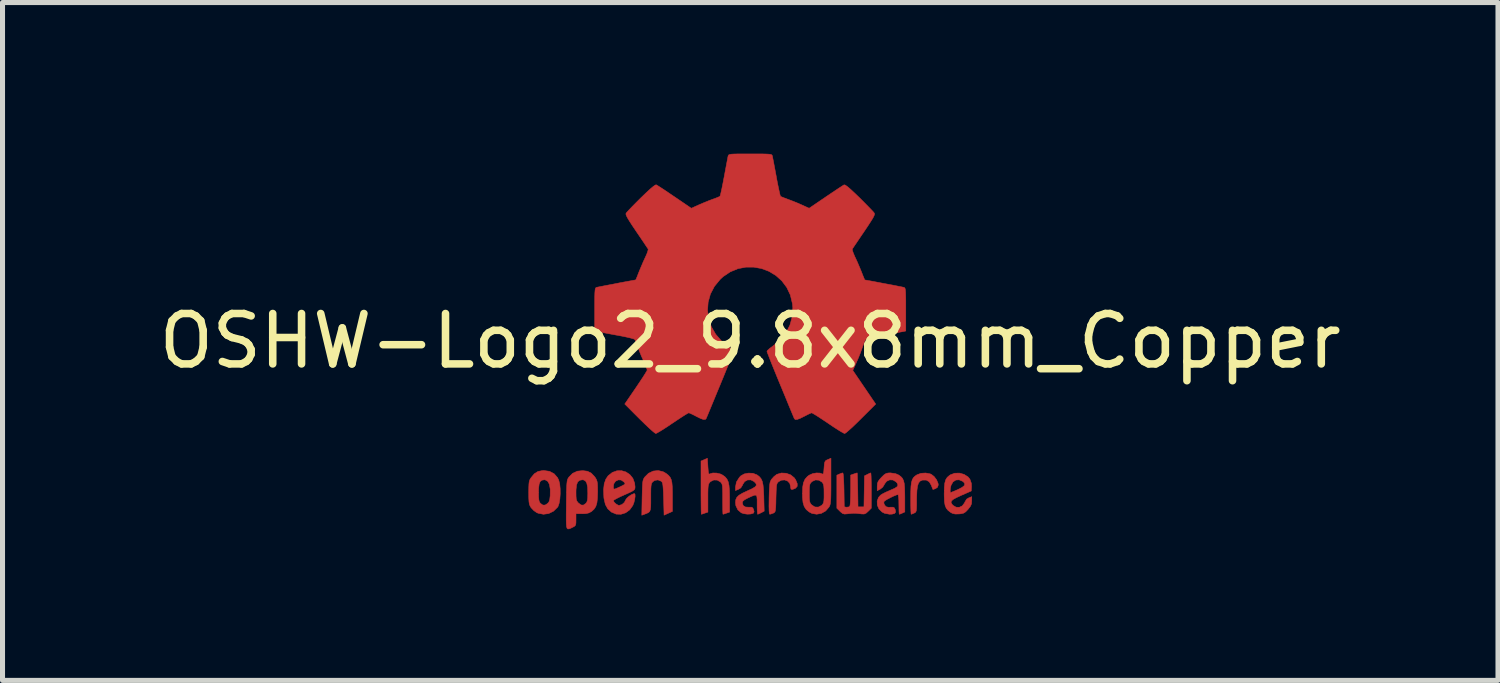
<source format=kicad_pcb>
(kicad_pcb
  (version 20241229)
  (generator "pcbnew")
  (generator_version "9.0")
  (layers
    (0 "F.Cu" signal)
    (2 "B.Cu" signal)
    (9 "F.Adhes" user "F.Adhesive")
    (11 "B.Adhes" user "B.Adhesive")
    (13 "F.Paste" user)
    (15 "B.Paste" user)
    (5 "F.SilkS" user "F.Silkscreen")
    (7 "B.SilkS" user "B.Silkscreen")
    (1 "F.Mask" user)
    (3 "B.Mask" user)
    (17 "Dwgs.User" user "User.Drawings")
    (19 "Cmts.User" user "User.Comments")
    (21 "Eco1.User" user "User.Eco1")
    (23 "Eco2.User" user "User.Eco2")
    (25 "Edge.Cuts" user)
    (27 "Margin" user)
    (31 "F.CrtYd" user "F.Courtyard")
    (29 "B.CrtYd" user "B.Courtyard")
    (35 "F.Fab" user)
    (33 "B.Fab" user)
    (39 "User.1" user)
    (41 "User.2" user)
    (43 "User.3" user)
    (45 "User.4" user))
  (footprint "OSHW-Logo2_9.8x8mm_Copper"
    (layer "F.Cu")
    (at 11.839 3.717)
    (property "Reference" "OSHW-Logo2_9.8x8mm_Copper" (at 0 0 180) (layer "F.SilkS") (effects (font (size 1 1) (thickness 0.15))))
    (attr exclude_from_pos_files exclude_from_bom)
    (fp_poly (pts (xy 3.571 2.637) (xy 3.594 2.647) (xy 3.65 2.691) (xy 3.698 2.755) (xy 3.727 2.823) (xy 3.732 2.857) (xy 3.716 2.904) (xy 3.68 2.928) (xy 3.643 2.943) (xy 3.625 2.946) (xy 3.617 2.926) (xy 3.6 2.882) (xy 3.593 2.863) (xy 3.552 2.794) (xy 3.493 2.76) (xy 3.417 2.761) (xy 3.411 2.763) (xy 3.37 2.782) (xy 3.34 2.819) (xy 3.32 2.88) (xy 3.308 2.968) (xy 3.303 3.088) (xy 3.302 3.152) (xy 3.302 3.252) (xy 3.3 3.321) (xy 3.296 3.365) (xy 3.287 3.39) (xy 3.274 3.405) (xy 3.253 3.416) (xy 3.252 3.416) (xy 3.213 3.433) (xy 3.194 3.439) (xy 3.191 3.42) (xy 3.188 3.369) (xy 3.186 3.292) (xy 3.185 3.196) (xy 3.185 3.125) (xy 3.186 2.989) (xy 3.19 2.885) (xy 3.2 2.808) (xy 3.216 2.752) (xy 3.24 2.711) (xy 3.274 2.679) (xy 3.308 2.656) (xy 3.388 2.626) (xy 3.482 2.62) (xy 3.571 2.637)) (stroke (width 0.01) (type solid)) (fill yes) (layer "F.Cu"))
    (fp_poly (pts (xy -1.728 2.595) (xy -1.666 2.631) (xy -1.622 2.667) (xy -1.59 2.705) (xy -1.568 2.751) (xy -1.554 2.812) (xy -1.547 2.895) (xy -1.544 3.007) (xy -1.544 3.087) (xy -1.544 3.382) (xy -1.71 3.457) (xy -1.719 3.133) (xy -1.723 3.013) (xy -1.728 2.925) (xy -1.733 2.865) (xy -1.74 2.825) (xy -1.75 2.801) (xy -1.763 2.786) (xy -1.767 2.783) (xy -1.831 2.757) (xy -1.896 2.767) (xy -1.934 2.794) (xy -1.95 2.813) (xy -1.961 2.838) (xy -1.968 2.876) (xy -1.972 2.934) (xy -1.973 3.018) (xy -1.973 3.106) (xy -1.973 3.216) (xy -1.975 3.294) (xy -1.982 3.347) (xy -1.995 3.381) (xy -2.018 3.404) (xy -2.053 3.421) (xy -2.1 3.439) (xy -2.152 3.458) (xy -2.146 3.111) (xy -2.143 2.986) (xy -2.14 2.894) (xy -2.136 2.828) (xy -2.13 2.781) (xy -2.121 2.748) (xy -2.108 2.722) (xy -2.092 2.699) (xy -2.018 2.625) (xy -1.926 2.582) (xy -1.827 2.571) (xy -1.728 2.595)) (stroke (width 0.01) (type solid)) (fill yes) (layer "F.Cu"))
    (fp_poly (pts (xy 0.713 2.625) (xy 0.802 2.657) (xy 0.874 2.715) (xy 0.902 2.756) (xy 0.933 2.831) (xy 0.932 2.885) (xy 0.9 2.921) (xy 0.888 2.928) (xy 0.837 2.947) (xy 0.81 2.942) (xy 0.802 2.91) (xy 0.801 2.892) (xy 0.785 2.826) (xy 0.742 2.78) (xy 0.683 2.758) (xy 0.617 2.763) (xy 0.564 2.792) (xy 0.546 2.809) (xy 0.533 2.829) (xy 0.524 2.859) (xy 0.519 2.907) (xy 0.515 2.978) (xy 0.512 3.08) (xy 0.511 3.112) (xy 0.509 3.222) (xy 0.506 3.3) (xy 0.501 3.351) (xy 0.494 3.383) (xy 0.483 3.401) (xy 0.467 3.412) (xy 0.457 3.417) (xy 0.413 3.433) (xy 0.388 3.439) (xy 0.379 3.421) (xy 0.374 3.365) (xy 0.372 3.272) (xy 0.374 3.141) (xy 0.374 3.121) (xy 0.377 3.002) (xy 0.381 2.914) (xy 0.386 2.853) (xy 0.393 2.809) (xy 0.404 2.778) (xy 0.419 2.751) (xy 0.427 2.74) (xy 0.472 2.69) (xy 0.522 2.651) (xy 0.528 2.647) (xy 0.618 2.62) (xy 0.713 2.625)) (stroke (width 0.01) (type solid)) (fill yes) (layer "F.Cu"))
    (fp_poly (pts (xy -0.84 2.492) (xy -0.834 2.572) (xy -0.828 2.619) (xy -0.819 2.64) (xy -0.805 2.64) (xy -0.801 2.637) (xy -0.744 2.62) (xy -0.669 2.621) (xy -0.593 2.639) (xy -0.545 2.663) (xy -0.496 2.7) (xy -0.461 2.743) (xy -0.436 2.797) (xy -0.421 2.869) (xy -0.413 2.966) (xy -0.41 3.095) (xy -0.41 3.119) (xy -0.41 3.396) (xy -0.472 3.417) (xy -0.516 3.432) (xy -0.54 3.439) (xy -0.54 3.439) (xy -0.543 3.42) (xy -0.545 3.37) (xy -0.546 3.293) (xy -0.547 3.197) (xy -0.547 3.139) (xy -0.547 3.025) (xy -0.549 2.943) (xy -0.552 2.886) (xy -0.558 2.849) (xy -0.568 2.825) (xy -0.583 2.806) (xy -0.592 2.797) (xy -0.655 2.761) (xy -0.724 2.759) (xy -0.786 2.789) (xy -0.798 2.8) (xy -0.815 2.821) (xy -0.826 2.845) (xy -0.834 2.881) (xy -0.838 2.934) (xy -0.84 3.012) (xy -0.84 3.121) (xy -0.84 3.396) (xy -0.902 3.417) (xy -0.945 3.432) (xy -0.969 3.439) (xy -0.97 3.439) (xy -0.972 3.42) (xy -0.974 3.367) (xy -0.975 3.286) (xy -0.976 3.18) (xy -0.977 3.055) (xy -0.977 2.916) (xy -0.977 2.382) (xy -0.85 2.328) (xy -0.84 2.492)) (stroke (width 0.01) (type solid)) (fill yes) (layer "F.Cu"))
    (fp_poly (pts (xy 2.396 2.637) (xy 2.399 2.688) (xy 2.401 2.766) (xy 2.403 2.865) (xy 2.403 2.968) (xy 2.403 3.319) (xy 2.341 3.38) (xy 2.299 3.418) (xy 2.261 3.434) (xy 2.21 3.433) (xy 2.19 3.43) (xy 2.127 3.423) (xy 2.074 3.419) (xy 2.061 3.419) (xy 2.018 3.421) (xy 1.957 3.427) (xy 1.933 3.43) (xy 1.874 3.435) (xy 1.834 3.425) (xy 1.795 3.394) (xy 1.781 3.38) (xy 1.719 3.319) (xy 1.719 2.664) (xy 1.769 2.641) (xy 1.812 2.624) (xy 1.837 2.618) (xy 1.844 2.637) (xy 1.85 2.689) (xy 1.855 2.768) (xy 1.859 2.87) (xy 1.861 2.955) (xy 1.866 3.292) (xy 1.913 3.299) (xy 1.955 3.294) (xy 1.976 3.279) (xy 1.982 3.251) (xy 1.987 3.192) (xy 1.99 3.108) (xy 1.992 3.009) (xy 1.993 2.957) (xy 1.993 2.661) (xy 2.054 2.64) (xy 2.098 2.625) (xy 2.122 2.618) (xy 2.122 2.618) (xy 2.125 2.637) (xy 2.127 2.688) (xy 2.13 2.766) (xy 2.132 2.864) (xy 2.134 2.955) (xy 2.139 3.292) (xy 2.257 3.292) (xy 2.262 2.985) (xy 2.267 2.677) (xy 2.325 2.648) (xy 2.367 2.627) (xy 2.392 2.618) (xy 2.392 2.618) (xy 2.396 2.637)) (stroke (width 0.01) (type solid)) (fill yes) (layer "F.Cu"))
    (fp_poly (pts (xy -3.983 2.587) (xy -3.892 2.635) (xy -3.824 2.713) (xy -3.8 2.763) (xy -3.781 2.838) (xy -3.772 2.932) (xy -3.771 3.035) (xy -3.778 3.136) (xy -3.793 3.223) (xy -3.815 3.286) (xy -3.822 3.297) (xy -3.903 3.377) (xy -4 3.425) (xy -4.104 3.439) (xy -4.21 3.418) (xy -4.239 3.405) (xy -4.297 3.364) (xy -4.347 3.311) (xy -4.352 3.304) (xy -4.371 3.271) (xy -4.384 3.236) (xy -4.391 3.19) (xy -4.395 3.125) (xy -4.396 3.03) (xy -4.396 3.009) (xy -4.396 3.002) (xy -4.201 3.002) (xy -4.2 3.091) (xy -4.195 3.151) (xy -4.186 3.189) (xy -4.17 3.215) (xy -4.162 3.224) (xy -4.115 3.257) (xy -4.07 3.256) (xy -4.024 3.227) (xy -3.996 3.196) (xy -3.98 3.151) (xy -3.971 3.079) (xy -3.97 3.071) (xy -3.969 2.942) (xy -3.985 2.846) (xy -4.019 2.784) (xy -4.07 2.756) (xy -4.088 2.755) (xy -4.136 2.763) (xy -4.169 2.789) (xy -4.189 2.839) (xy -4.199 2.919) (xy -4.201 3.002) (xy -4.396 3.002) (xy -4.395 2.908) (xy -4.392 2.838) (xy -4.386 2.789) (xy -4.374 2.753) (xy -4.356 2.722) (xy -4.352 2.716) (xy -4.286 2.636) (xy -4.213 2.59) (xy -4.125 2.572) (xy -4.095 2.571) (xy -3.983 2.587)) (stroke (width 0.01) (type solid)) (fill yes) (layer "F.Cu"))
    (fp_poly (pts (xy 4.245 2.648) (xy 4.323 2.698) (xy 4.36 2.744) (xy 4.389 2.826) (xy 4.392 2.891) (xy 4.386 2.977) (xy 4.186 3.065) (xy 4.089 3.11) (xy 4.025 3.146) (xy 3.992 3.177) (xy 3.986 3.207) (xy 4.005 3.241) (xy 4.025 3.263) (xy 4.084 3.298) (xy 4.148 3.301) (xy 4.207 3.273) (xy 4.25 3.218) (xy 4.258 3.199) (xy 4.295 3.138) (xy 4.338 3.113) (xy 4.396 3.09) (xy 4.396 3.174) (xy 4.391 3.231) (xy 4.371 3.279) (xy 4.328 3.334) (xy 4.322 3.342) (xy 4.275 3.391) (xy 4.234 3.417) (xy 4.183 3.429) (xy 4.141 3.433) (xy 4.066 3.434) (xy 4.012 3.421) (xy 3.979 3.403) (xy 3.926 3.362) (xy 3.89 3.318) (xy 3.867 3.262) (xy 3.854 3.187) (xy 3.85 3.084) (xy 3.849 3.032) (xy 3.851 2.97) (xy 3.968 2.97) (xy 3.97 3.003) (xy 3.973 3.009) (xy 3.996 3.001) (xy 4.044 2.982) (xy 4.109 2.954) (xy 4.122 2.948) (xy 4.204 2.906) (xy 4.249 2.87) (xy 4.259 2.835) (xy 4.236 2.801) (xy 4.216 2.785) (xy 4.145 2.755) (xy 4.079 2.76) (xy 4.024 2.797) (xy 3.986 2.863) (xy 3.973 2.916) (xy 3.968 2.97) (xy 3.851 2.97) (xy 3.852 2.911) (xy 3.861 2.821) (xy 3.879 2.755) (xy 3.909 2.707) (xy 3.953 2.669) (xy 3.972 2.656) (xy 4.059 2.624) (xy 4.154 2.622) (xy 4.245 2.648)) (stroke (width 0.01) (type solid)) (fill yes) (layer "F.Cu"))
    (fp_poly (pts (xy 1.602 2.78) (xy 1.602 2.926) (xy 1.601 3.039) (xy 1.599 3.123) (xy 1.595 3.184) (xy 1.59 3.227) (xy 1.582 3.259) (xy 1.571 3.283) (xy 1.563 3.297) (xy 1.497 3.373) (xy 1.412 3.421) (xy 1.319 3.438) (xy 1.226 3.423) (xy 1.17 3.394) (xy 1.112 3.346) (xy 1.072 3.286) (xy 1.048 3.209) (xy 1.037 3.105) (xy 1.036 3.028) (xy 1.036 3.023) (xy 1.172 3.023) (xy 1.173 3.11) (xy 1.177 3.168) (xy 1.186 3.206) (xy 1.201 3.233) (xy 1.22 3.254) (xy 1.283 3.294) (xy 1.351 3.297) (xy 1.415 3.264) (xy 1.42 3.26) (xy 1.441 3.236) (xy 1.455 3.208) (xy 1.462 3.167) (xy 1.465 3.102) (xy 1.465 3.031) (xy 1.464 2.942) (xy 1.46 2.882) (xy 1.451 2.843) (xy 1.436 2.815) (xy 1.423 2.8) (xy 1.364 2.763) (xy 1.295 2.758) (xy 1.23 2.787) (xy 1.218 2.797) (xy 1.196 2.821) (xy 1.183 2.849) (xy 1.176 2.891) (xy 1.173 2.956) (xy 1.172 3.023) (xy 1.036 3.023) (xy 1.04 2.906) (xy 1.056 2.814) (xy 1.087 2.744) (xy 1.134 2.69) (xy 1.17 2.663) (xy 1.237 2.633) (xy 1.314 2.619) (xy 1.386 2.622) (xy 1.426 2.637) (xy 1.442 2.642) (xy 1.453 2.626) (xy 1.46 2.583) (xy 1.465 2.518) (xy 1.471 2.446) (xy 1.48 2.402) (xy 1.495 2.377) (xy 1.522 2.361) (xy 1.539 2.354) (xy 1.602 2.327) (xy 1.602 2.78)) (stroke (width 0.01) (type solid)) (fill yes) (layer "F.Cu"))
    (fp_poly (pts (xy -2.466 2.6) (xy -2.389 2.652) (xy -2.329 2.726) (xy -2.294 2.822) (xy -2.286 2.892) (xy -2.287 2.921) (xy -2.294 2.943) (xy -2.313 2.963) (xy -2.35 2.986) (xy -2.41 3.015) (xy -2.5 3.055) (xy -2.501 3.055) (xy -2.584 3.093) (xy -2.652 3.127) (xy -2.698 3.153) (xy -2.716 3.167) (xy -2.716 3.167) (xy -2.701 3.199) (xy -2.665 3.233) (xy -2.624 3.258) (xy -2.603 3.263) (xy -2.546 3.246) (xy -2.497 3.203) (xy -2.474 3.156) (xy -2.451 3.122) (xy -2.406 3.082) (xy -2.353 3.048) (xy -2.306 3.029) (xy -2.297 3.028) (xy -2.286 3.045) (xy -2.285 3.088) (xy -2.293 3.146) (xy -2.308 3.207) (xy -2.329 3.261) (xy -2.33 3.264) (xy -2.392 3.351) (xy -2.473 3.41) (xy -2.565 3.439) (xy -2.66 3.436) (xy -2.752 3.397) (xy -2.756 3.395) (xy -2.828 3.33) (xy -2.875 3.245) (xy -2.901 3.133) (xy -2.905 3.102) (xy -2.911 2.954) (xy -2.903 2.884) (xy -2.716 2.884) (xy -2.713 2.928) (xy -2.7 2.94) (xy -2.667 2.931) (xy -2.615 2.908) (xy -2.556 2.881) (xy -2.555 2.88) (xy -2.505 2.854) (xy -2.485 2.836) (xy -2.49 2.818) (xy -2.511 2.794) (xy -2.563 2.759) (xy -2.62 2.757) (xy -2.671 2.782) (xy -2.706 2.831) (xy -2.716 2.884) (xy -2.903 2.884) (xy -2.898 2.835) (xy -2.865 2.741) (xy -2.82 2.675) (xy -2.737 2.609) (xy -2.646 2.576) (xy -2.554 2.574) (xy -2.466 2.6)) (stroke (width 0.01) (type solid)) (fill yes) (layer "F.Cu"))
    (fp_poly (pts (xy 0.054 2.626) (xy 0.13 2.655) (xy 0.131 2.655) (xy 0.178 2.69) (xy 0.213 2.731) (xy 0.238 2.784) (xy 0.254 2.856) (xy 0.264 2.953) (xy 0.27 3.082) (xy 0.27 3.1) (xy 0.277 3.377) (xy 0.218 3.408) (xy 0.175 3.429) (xy 0.149 3.439) (xy 0.148 3.439) (xy 0.143 3.421) (xy 0.139 3.372) (xy 0.137 3.3) (xy 0.137 3.242) (xy 0.137 3.148) (xy 0.132 3.089) (xy 0.118 3.061) (xy 0.085 3.06) (xy 0.03 3.081) (xy -0.054 3.12) (xy -0.115 3.153) (xy -0.147 3.181) (xy -0.156 3.212) (xy -0.156 3.213) (xy -0.141 3.266) (xy -0.095 3.295) (xy -0.026 3.299) (xy 0.024 3.298) (xy 0.051 3.313) (xy 0.067 3.347) (xy 0.077 3.391) (xy 0.063 3.416) (xy 0.058 3.42) (xy 0.009 3.434) (xy -0.058 3.437) (xy -0.128 3.427) (xy -0.178 3.41) (xy -0.246 3.351) (xy -0.285 3.27) (xy -0.293 3.207) (xy -0.287 3.15) (xy -0.266 3.104) (xy -0.224 3.062) (xy -0.155 3.021) (xy -0.055 2.974) (xy -0.049 2.971) (xy 0.041 2.93) (xy 0.097 2.895) (xy 0.121 2.865) (xy 0.116 2.833) (xy 0.084 2.797) (xy 0.075 2.789) (xy 0.012 2.757) (xy -0.054 2.758) (xy -0.111 2.79) (xy -0.149 2.848) (xy -0.152 2.859) (xy -0.187 2.915) (xy -0.23 2.942) (xy -0.293 2.968) (xy -0.293 2.9) (xy -0.274 2.8) (xy -0.217 2.709) (xy -0.188 2.678) (xy -0.12 2.639) (xy -0.035 2.622) (xy 0.054 2.626)) (stroke (width 0.01) (type solid)) (fill yes) (layer "F.Cu"))
    (fp_poly (pts (xy -3.231 2.585) (xy -3.156 2.622) (xy -3.091 2.69) (xy -3.072 2.716) (xy -3.053 2.749) (xy -3.04 2.785) (xy -3.032 2.833) (xy -3.029 2.903) (xy -3.028 2.994) (xy -3.032 3.12) (xy -3.043 3.214) (xy -3.065 3.285) (xy -3.1 3.338) (xy -3.149 3.383) (xy -3.153 3.385) (xy -3.202 3.412) (xy -3.261 3.426) (xy -3.336 3.429) (xy -3.458 3.429) (xy -3.458 3.547) (xy -3.459 3.613) (xy -3.466 3.652) (xy -3.484 3.675) (xy -3.519 3.695) (xy -3.527 3.699) (xy -3.566 3.718) (xy -3.596 3.729) (xy -3.619 3.73) (xy -3.635 3.717) (xy -3.645 3.685) (xy -3.65 3.63) (xy -3.652 3.549) (xy -3.652 3.437) (xy -3.65 3.292) (xy -3.65 3.248) (xy -3.648 3.098) (xy -3.646 3) (xy -3.458 3) (xy -3.457 3.083) (xy -3.453 3.138) (xy -3.442 3.174) (xy -3.423 3.201) (xy -3.41 3.215) (xy -3.358 3.254) (xy -3.312 3.258) (xy -3.264 3.225) (xy -3.263 3.224) (xy -3.244 3.199) (xy -3.232 3.164) (xy -3.226 3.112) (xy -3.224 3.031) (xy -3.224 3.013) (xy -3.228 2.902) (xy -3.243 2.825) (xy -3.269 2.778) (xy -3.309 2.757) (xy -3.332 2.755) (xy -3.387 2.765) (xy -3.425 2.798) (xy -3.447 2.858) (xy -3.457 2.95) (xy -3.458 3) (xy -3.646 3) (xy -3.646 2.982) (xy -3.643 2.895) (xy -3.639 2.831) (xy -3.634 2.786) (xy -3.627 2.754) (xy -3.617 2.73) (xy -3.604 2.709) (xy -3.598 2.701) (xy -3.525 2.627) (xy -3.432 2.584) (xy -3.325 2.573) (xy -3.231 2.585)) (stroke (width 0.01) (type solid)) (fill yes) (layer "F.Cu"))
    (fp_poly (pts (xy 2.887 2.634) (xy 2.944 2.659) (xy 2.988 2.69) (xy 3.02 2.725) (xy 3.042 2.77) (xy 3.057 2.831) (xy 3.064 2.915) (xy 3.067 3.028) (xy 3.068 3.103) (xy 3.068 3.393) (xy 3.018 3.416) (xy 2.979 3.433) (xy 2.959 3.439) (xy 2.955 3.421) (xy 2.952 3.372) (xy 2.951 3.3) (xy 2.95 3.243) (xy 2.949 3.161) (xy 2.944 3.096) (xy 2.938 3.056) (xy 2.933 3.048) (xy 2.898 3.057) (xy 2.844 3.079) (xy 2.781 3.109) (xy 2.72 3.141) (xy 2.674 3.17) (xy 2.652 3.19) (xy 2.652 3.19) (xy 2.654 3.227) (xy 2.671 3.262) (xy 2.7 3.291) (xy 2.743 3.3) (xy 2.78 3.299) (xy 2.832 3.298) (xy 2.859 3.31) (xy 2.876 3.343) (xy 2.878 3.349) (xy 2.885 3.395) (xy 2.866 3.423) (xy 2.816 3.436) (xy 2.763 3.438) (xy 2.666 3.42) (xy 2.616 3.394) (xy 2.554 3.333) (xy 2.522 3.258) (xy 2.519 3.178) (xy 2.546 3.104) (xy 2.588 3.058) (xy 2.63 3.032) (xy 2.695 2.999) (xy 2.771 2.966) (xy 2.784 2.96) (xy 2.867 2.924) (xy 2.916 2.891) (xy 2.931 2.859) (xy 2.917 2.822) (xy 2.892 2.794) (xy 2.833 2.759) (xy 2.768 2.756) (xy 2.709 2.783) (xy 2.666 2.837) (xy 2.661 2.851) (xy 2.628 2.902) (xy 2.581 2.94) (xy 2.52 2.971) (xy 2.52 2.883) (xy 2.524 2.829) (xy 2.539 2.787) (xy 2.573 2.741) (xy 2.605 2.706) (xy 2.655 2.657) (xy 2.694 2.631) (xy 2.736 2.62) (xy 2.783 2.618) (xy 2.887 2.634)) (stroke (width 0.01) (type solid)) (fill yes) (layer "F.Cu"))
    (fp_poly (pts (xy 0.14 -3.712) (xy 0.246 -3.712) (xy 0.322 -3.71) (xy 0.374 -3.707) (xy 0.407 -3.702) (xy 0.426 -3.695) (xy 0.435 -3.684) (xy 0.439 -3.67) (xy 0.44 -3.668) (xy 0.446 -3.636) (xy 0.459 -3.572) (xy 0.476 -3.483) (xy 0.496 -3.376) (xy 0.518 -3.258) (xy 0.518 -3.254) (xy 0.54 -3.138) (xy 0.561 -3.036) (xy 0.579 -2.953) (xy 0.592 -2.897) (xy 0.601 -2.872) (xy 0.601 -2.871) (xy 0.626 -2.859) (xy 0.676 -2.839) (xy 0.742 -2.814) (xy 0.742 -2.814) (xy 0.825 -2.783) (xy 0.923 -2.744) (xy 1.015 -2.704) (xy 1.019 -2.702) (xy 1.169 -2.634) (xy 1.501 -2.86) (xy 1.603 -2.929) (xy 1.696 -2.991) (xy 1.773 -3.042) (xy 1.83 -3.079) (xy 1.861 -3.098) (xy 1.864 -3.099) (xy 1.887 -3.093) (xy 1.93 -3.063) (xy 1.994 -3.008) (xy 2.081 -2.927) (xy 2.171 -2.84) (xy 2.256 -2.755) (xy 2.333 -2.677) (xy 2.397 -2.611) (xy 2.442 -2.563) (xy 2.464 -2.536) (xy 2.464 -2.535) (xy 2.467 -2.517) (xy 2.458 -2.487) (xy 2.435 -2.441) (xy 2.395 -2.376) (xy 2.338 -2.288) (xy 2.261 -2.173) (xy 2.193 -2.073) (xy 2.132 -1.983) (xy 2.081 -1.908) (xy 2.045 -1.854) (xy 2.027 -1.827) (xy 2.026 -1.825) (xy 2.028 -1.798) (xy 2.045 -1.747) (xy 2.073 -1.68) (xy 2.083 -1.659) (xy 2.127 -1.564) (xy 2.173 -1.456) (xy 2.211 -1.363) (xy 2.238 -1.294) (xy 2.26 -1.241) (xy 2.272 -1.214) (xy 2.274 -1.211) (xy 2.297 -1.208) (xy 2.351 -1.198) (xy 2.429 -1.184) (xy 2.524 -1.166) (xy 2.628 -1.146) (xy 2.735 -1.126) (xy 2.837 -1.107) (xy 2.927 -1.089) (xy 2.998 -1.075) (xy 3.042 -1.066) (xy 3.053 -1.063) (xy 3.064 -1.057) (xy 3.073 -1.042) (xy 3.079 -1.015) (xy 3.083 -0.97) (xy 3.085 -0.902) (xy 3.087 -0.806) (xy 3.087 -0.678) (xy 3.087 -0.625) (xy 3.087 -0.198) (xy 2.985 -0.178) (xy 2.927 -0.167) (xy 2.842 -0.151) (xy 2.739 -0.132) (xy 2.629 -0.111) (xy 2.599 -0.106) (xy 2.497 -0.086) (xy 2.408 -0.067) (xy 2.34 -0.049) (xy 2.3 -0.036) (xy 2.293 -0.032) (xy 2.277 -0.004) (xy 2.253 0.051) (xy 2.227 0.122) (xy 2.222 0.137) (xy 2.188 0.231) (xy 2.146 0.337) (xy 2.104 0.432) (xy 2.104 0.433) (xy 2.035 0.583) (xy 2.49 1.252) (xy 2.197 1.544) (xy 2.109 1.631) (xy 2.029 1.708) (xy 1.96 1.77) (xy 1.909 1.814) (xy 1.879 1.835) (xy 1.874 1.837) (xy 1.849 1.826) (xy 1.797 1.797) (xy 1.725 1.752) (xy 1.637 1.695) (xy 1.543 1.631) (xy 1.447 1.567) (xy 1.361 1.51) (xy 1.291 1.466) (xy 1.242 1.437) (xy 1.221 1.426) (xy 1.194 1.435) (xy 1.144 1.458) (xy 1.08 1.491) (xy 1.074 1.494) (xy 0.988 1.537) (xy 0.929 1.558) (xy 0.893 1.559) (xy 0.874 1.539) (xy 0.874 1.539) (xy 0.864 1.515) (xy 0.841 1.46) (xy 0.807 1.378) (xy 0.763 1.272) (xy 0.712 1.147) (xy 0.654 1.007) (xy 0.598 0.872) (xy 0.536 0.722) (xy 0.48 0.584) (xy 0.43 0.461) (xy 0.389 0.357) (xy 0.358 0.277) (xy 0.338 0.225) (xy 0.332 0.206) (xy 0.347 0.183) (xy 0.386 0.148) (xy 0.439 0.109) (xy 0.588 -0.015) (xy 0.705 -0.156) (xy 0.787 -0.313) (xy 0.834 -0.482) (xy 0.845 -0.66) (xy 0.837 -0.742) (xy 0.796 -0.913) (xy 0.724 -1.064) (xy 0.627 -1.193) (xy 0.509 -1.299) (xy 0.374 -1.381) (xy 0.227 -1.437) (xy 0.072 -1.465) (xy -0.087 -1.465) (xy -0.244 -1.435) (xy -0.396 -1.372) (xy -0.538 -1.277) (xy -0.597 -1.222) (xy -0.711 -1.083) (xy -0.79 -0.932) (xy -0.835 -0.771) (xy -0.847 -0.607) (xy -0.825 -0.443) (xy -0.772 -0.284) (xy -0.686 -0.134) (xy -0.569 0.002) (xy -0.439 0.109) (xy -0.384 0.15) (xy -0.346 0.185) (xy -0.332 0.206) (xy -0.339 0.229) (xy -0.36 0.283) (xy -0.392 0.366) (xy -0.434 0.471) (xy -0.485 0.596) (xy -0.542 0.736) (xy -0.598 0.872) (xy -0.66 1.021) (xy -0.717 1.16) (xy -0.768 1.283) (xy -0.811 1.387) (xy -0.844 1.467) (xy -0.866 1.519) (xy -0.874 1.539) (xy -0.893 1.558) (xy -0.929 1.558) (xy -0.988 1.537) (xy -1.073 1.495) (xy -1.074 1.494) (xy -1.138 1.461) (xy -1.19 1.437) (xy -1.219 1.426) (xy -1.221 1.426) (xy -1.243 1.437) (xy -1.292 1.466) (xy -1.362 1.511) (xy -1.447 1.567) (xy -1.543 1.631) (xy -1.639 1.696) (xy -1.727 1.753) (xy -1.799 1.797) (xy -1.85 1.826) (xy -1.874 1.837) (xy -1.897 1.823) (xy -1.942 1.786) (xy -2.006 1.729) (xy -2.083 1.656) (xy -2.169 1.572) (xy -2.198 1.544) (xy -2.49 1.251) (xy -2.267 0.925) (xy -2.2 0.825) (xy -2.14 0.735) (xy -2.093 0.661) (xy -2.06 0.607) (xy -2.045 0.579) (xy -2.045 0.577) (xy -2.053 0.551) (xy -2.073 0.498) (xy -2.103 0.427) (xy -2.124 0.38) (xy -2.164 0.29) (xy -2.201 0.198) (xy -2.23 0.121) (xy -2.237 0.098) (xy -2.26 0.035) (xy -2.281 -0.014) (xy -2.293 -0.032) (xy -2.319 -0.043) (xy -2.377 -0.059) (xy -2.458 -0.078) (xy -2.555 -0.098) (xy -2.599 -0.106) (xy -2.709 -0.126) (xy -2.815 -0.146) (xy -2.906 -0.163) (xy -2.972 -0.175) (xy -2.985 -0.178) (xy -3.087 -0.198) (xy -3.087 -0.625) (xy -3.087 -0.766) (xy -3.086 -0.872) (xy -3.084 -0.949) (xy -3.08 -1.002) (xy -3.075 -1.035) (xy -3.067 -1.053) (xy -3.057 -1.062) (xy -3.053 -1.063) (xy -3.028 -1.069) (xy -2.972 -1.08) (xy -2.892 -1.096) (xy -2.796 -1.114) (xy -2.691 -1.134) (xy -2.585 -1.155) (xy -2.483 -1.174) (xy -2.395 -1.19) (xy -2.325 -1.203) (xy -2.283 -1.21) (xy -2.274 -1.211) (xy -2.265 -1.228) (xy -2.246 -1.273) (xy -2.221 -1.338) (xy -2.211 -1.363) (xy -2.171 -1.46) (xy -2.125 -1.568) (xy -2.083 -1.659) (xy -2.052 -1.728) (xy -2.032 -1.785) (xy -2.025 -1.82) (xy -2.026 -1.825) (xy -2.041 -1.847) (xy -2.074 -1.896) (xy -2.121 -1.967) (xy -2.181 -2.055) (xy -2.248 -2.154) (xy -2.261 -2.173) (xy -2.339 -2.289) (xy -2.396 -2.377) (xy -2.435 -2.442) (xy -2.458 -2.487) (xy -2.467 -2.516) (xy -2.465 -2.535) (xy -2.464 -2.535) (xy -2.445 -2.559) (xy -2.402 -2.605) (xy -2.341 -2.669) (xy -2.265 -2.746) (xy -2.18 -2.831) (xy -2.171 -2.84) (xy -2.063 -2.944) (xy -1.98 -3.02) (xy -1.92 -3.07) (xy -1.882 -3.096) (xy -1.864 -3.099) (xy -1.84 -3.085) (xy -1.788 -3.052) (xy -1.714 -3.004) (xy -1.625 -2.944) (xy -1.525 -2.876) (xy -1.501 -2.86) (xy -1.169 -2.634) (xy -1.019 -2.702) (xy -0.928 -2.741) (xy -0.83 -2.781) (xy -0.746 -2.813) (xy -0.742 -2.814) (xy -0.677 -2.838) (xy -0.626 -2.859) (xy -0.601 -2.871) (xy -0.601 -2.871) (xy -0.593 -2.893) (xy -0.58 -2.948) (xy -0.562 -3.029) (xy -0.542 -3.129) (xy -0.52 -3.244) (xy -0.518 -3.254) (xy -0.496 -3.372) (xy -0.476 -3.479) (xy -0.459 -3.569) (xy -0.447 -3.634) (xy -0.44 -3.668) (xy -0.44 -3.668) (xy -0.435 -3.683) (xy -0.427 -3.693) (xy -0.41 -3.701) (xy -0.379 -3.707) (xy -0.329 -3.71) (xy -0.256 -3.712) (xy -0.153 -3.712) (xy -0.018 -3.712) (xy 0 -3.712) (xy 0.14 -3.712)) (stroke (width 0.01) (type solid)) (fill yes) (layer "F.Cu")))
  (gr_rect
    (start -3 -3)
    (end 26.679 10.453)
    (stroke (width 0.1) (type default))
    (fill no)
    (layer "Edge.Cuts")))
</source>
